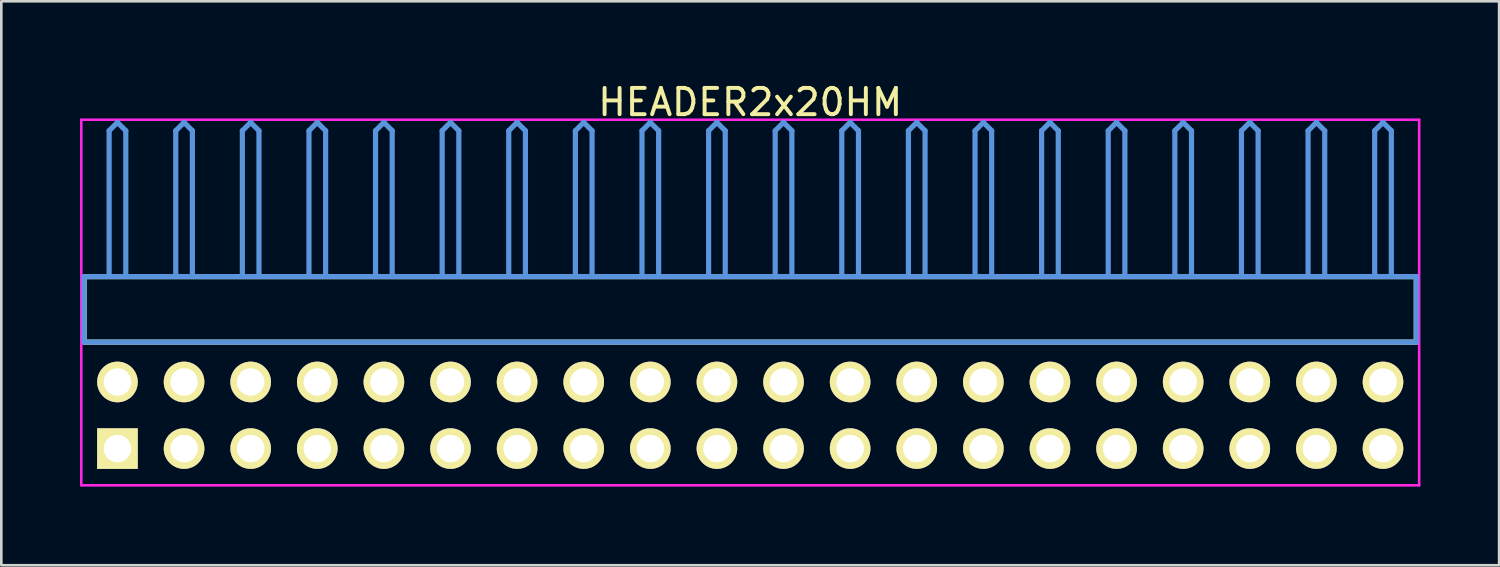
<source format=kicad_pcb>
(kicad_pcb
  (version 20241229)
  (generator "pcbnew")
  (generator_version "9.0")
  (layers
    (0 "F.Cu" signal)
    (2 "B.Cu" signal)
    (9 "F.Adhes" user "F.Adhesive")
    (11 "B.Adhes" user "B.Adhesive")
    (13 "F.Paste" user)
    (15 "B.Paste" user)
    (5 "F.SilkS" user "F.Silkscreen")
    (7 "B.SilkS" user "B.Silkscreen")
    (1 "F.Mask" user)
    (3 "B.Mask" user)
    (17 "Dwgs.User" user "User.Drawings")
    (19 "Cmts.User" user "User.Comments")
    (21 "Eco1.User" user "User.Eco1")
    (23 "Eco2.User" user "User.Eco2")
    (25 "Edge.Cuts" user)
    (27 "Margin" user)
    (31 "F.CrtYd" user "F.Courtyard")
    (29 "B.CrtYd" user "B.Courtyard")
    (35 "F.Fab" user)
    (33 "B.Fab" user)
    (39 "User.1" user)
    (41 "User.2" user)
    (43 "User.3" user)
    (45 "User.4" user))
  (footprint "HEADER2x20HM"
    (layer "F.Cu")
    (at 1.429 14.056)
    (property "Reference" "HEADER2x20HM" (at 24.13 -13.208 0) (layer "F.SilkS") (effects (font (size 1.001 1.001) (thickness 0.15))))
    (attr through_hole)
    (fp_line (start -1.27 -6.558) (end -1.27 -4.059) (stroke (width 0.198) (type solid)) (layer "F.SilkS"))
    (fp_line (start -1.27 -4.059) (end 49.53 -4.059) (stroke (width 0.198) (type solid)) (layer "F.SilkS"))
    (fp_line (start 49.53 -6.558) (end -1.27 -6.558) (stroke (width 0.198) (type solid)) (layer "F.SilkS"))
    (fp_line (start 49.53 -4.059) (end 49.53 -6.558) (stroke (width 0.198) (type solid)) (layer "F.SilkS"))
    (fp_line (start -1.27 -6.558) (end -1.27 -4.059) (stroke (width 0.198) (type solid)) (layer "Cmts.User"))
    (fp_line (start -1.27 -4.059) (end 49.53 -4.059) (stroke (width 0.198) (type solid)) (layer "Cmts.User"))
    (fp_line (start -0.318 -12.121) (end 0 -12.438) (stroke (width 0.198) (type solid)) (layer "Cmts.User"))
    (fp_line (start -0.318 -6.599) (end -0.318 -12.121) (stroke (width 0.198) (type solid)) (layer "Cmts.User"))
    (fp_line (start 0.318 -12.121) (end 0 -12.438) (stroke (width 0.198) (type solid)) (layer "Cmts.User"))
    (fp_line (start 0.318 -6.599) (end 0.318 -12.121) (stroke (width 0.198) (type solid)) (layer "Cmts.User"))
    (fp_line (start 2.223 -12.121) (end 2.54 -12.438) (stroke (width 0.198) (type solid)) (layer "Cmts.User"))
    (fp_line (start 2.223 -6.599) (end 2.223 -12.121) (stroke (width 0.198) (type solid)) (layer "Cmts.User"))
    (fp_line (start 2.857 -12.121) (end 2.54 -12.438) (stroke (width 0.198) (type solid)) (layer "Cmts.User"))
    (fp_line (start 2.857 -6.599) (end 2.857 -12.121) (stroke (width 0.198) (type solid)) (layer "Cmts.User"))
    (fp_line (start 4.763 -12.121) (end 5.08 -12.438) (stroke (width 0.198) (type solid)) (layer "Cmts.User"))
    (fp_line (start 4.763 -6.599) (end 4.763 -12.121) (stroke (width 0.198) (type solid)) (layer "Cmts.User"))
    (fp_line (start 5.397 -12.121) (end 5.08 -12.438) (stroke (width 0.198) (type solid)) (layer "Cmts.User"))
    (fp_line (start 5.397 -6.599) (end 5.397 -12.121) (stroke (width 0.198) (type solid)) (layer "Cmts.User"))
    (fp_line (start 7.303 -12.121) (end 7.62 -12.438) (stroke (width 0.198) (type solid)) (layer "Cmts.User"))
    (fp_line (start 7.303 -6.599) (end 7.303 -12.121) (stroke (width 0.198) (type solid)) (layer "Cmts.User"))
    (fp_line (start 7.938 -12.121) (end 7.62 -12.438) (stroke (width 0.198) (type solid)) (layer "Cmts.User"))
    (fp_line (start 7.938 -6.599) (end 7.938 -12.121) (stroke (width 0.198) (type solid)) (layer "Cmts.User"))
    (fp_line (start 9.842 -12.121) (end 10.16 -12.438) (stroke (width 0.198) (type solid)) (layer "Cmts.User"))
    (fp_line (start 9.842 -6.599) (end 9.842 -12.121) (stroke (width 0.198) (type solid)) (layer "Cmts.User"))
    (fp_line (start 10.477 -12.121) (end 10.16 -12.438) (stroke (width 0.198) (type solid)) (layer "Cmts.User"))
    (fp_line (start 10.477 -6.599) (end 10.477 -12.121) (stroke (width 0.198) (type solid)) (layer "Cmts.User"))
    (fp_line (start 12.383 -12.121) (end 12.7 -12.438) (stroke (width 0.198) (type solid)) (layer "Cmts.User"))
    (fp_line (start 12.383 -6.599) (end 12.383 -12.121) (stroke (width 0.198) (type solid)) (layer "Cmts.User"))
    (fp_line (start 13.018 -12.121) (end 12.7 -12.438) (stroke (width 0.198) (type solid)) (layer "Cmts.User"))
    (fp_line (start 13.018 -6.599) (end 13.018 -12.121) (stroke (width 0.198) (type solid)) (layer "Cmts.User"))
    (fp_line (start 14.922 -12.121) (end 15.24 -12.438) (stroke (width 0.198) (type solid)) (layer "Cmts.User"))
    (fp_line (start 14.922 -6.599) (end 14.922 -12.121) (stroke (width 0.198) (type solid)) (layer "Cmts.User"))
    (fp_line (start 15.557 -12.121) (end 15.24 -12.438) (stroke (width 0.198) (type solid)) (layer "Cmts.User"))
    (fp_line (start 15.557 -6.599) (end 15.557 -12.121) (stroke (width 0.198) (type solid)) (layer "Cmts.User"))
    (fp_line (start 17.462 -12.121) (end 17.78 -12.438) (stroke (width 0.198) (type solid)) (layer "Cmts.User"))
    (fp_line (start 17.462 -6.599) (end 17.462 -12.121) (stroke (width 0.198) (type solid)) (layer "Cmts.User"))
    (fp_line (start 18.098 -12.121) (end 17.78 -12.438) (stroke (width 0.198) (type solid)) (layer "Cmts.User"))
    (fp_line (start 18.098 -6.599) (end 18.098 -12.121) (stroke (width 0.198) (type solid)) (layer "Cmts.User"))
    (fp_line (start 20.003 -12.121) (end 20.32 -12.438) (stroke (width 0.198) (type solid)) (layer "Cmts.User"))
    (fp_line (start 20.003 -6.599) (end 20.003 -12.121) (stroke (width 0.198) (type solid)) (layer "Cmts.User"))
    (fp_line (start 20.637 -12.121) (end 20.32 -12.438) (stroke (width 0.198) (type solid)) (layer "Cmts.User"))
    (fp_line (start 20.637 -6.599) (end 20.637 -12.121) (stroke (width 0.198) (type solid)) (layer "Cmts.User"))
    (fp_line (start 22.543 -12.121) (end 22.86 -12.438) (stroke (width 0.198) (type solid)) (layer "Cmts.User"))
    (fp_line (start 22.543 -6.599) (end 22.543 -12.121) (stroke (width 0.198) (type solid)) (layer "Cmts.User"))
    (fp_line (start 23.177 -12.121) (end 22.86 -12.438) (stroke (width 0.198) (type solid)) (layer "Cmts.User"))
    (fp_line (start 23.177 -6.599) (end 23.177 -12.121) (stroke (width 0.198) (type solid)) (layer "Cmts.User"))
    (fp_line (start 25.082 -12.121) (end 25.4 -12.438) (stroke (width 0.198) (type solid)) (layer "Cmts.User"))
    (fp_line (start 25.082 -6.599) (end 25.082 -12.121) (stroke (width 0.198) (type solid)) (layer "Cmts.User"))
    (fp_line (start 25.718 -12.121) (end 25.4 -12.438) (stroke (width 0.198) (type solid)) (layer "Cmts.User"))
    (fp_line (start 25.718 -6.599) (end 25.718 -12.121) (stroke (width 0.198) (type solid)) (layer "Cmts.User"))
    (fp_line (start 27.622 -12.121) (end 27.94 -12.438) (stroke (width 0.198) (type solid)) (layer "Cmts.User"))
    (fp_line (start 27.622 -6.599) (end 27.622 -12.121) (stroke (width 0.198) (type solid)) (layer "Cmts.User"))
    (fp_line (start 28.258 -12.121) (end 27.94 -12.438) (stroke (width 0.198) (type solid)) (layer "Cmts.User"))
    (fp_line (start 28.258 -6.599) (end 28.258 -12.121) (stroke (width 0.198) (type solid)) (layer "Cmts.User"))
    (fp_line (start 30.163 -12.121) (end 30.48 -12.438) (stroke (width 0.198) (type solid)) (layer "Cmts.User"))
    (fp_line (start 30.163 -6.599) (end 30.163 -12.121) (stroke (width 0.198) (type solid)) (layer "Cmts.User"))
    (fp_line (start 30.797 -12.121) (end 30.48 -12.438) (stroke (width 0.198) (type solid)) (layer "Cmts.User"))
    (fp_line (start 30.797 -6.599) (end 30.797 -12.121) (stroke (width 0.198) (type solid)) (layer "Cmts.User"))
    (fp_line (start 32.703 -12.121) (end 33.02 -12.438) (stroke (width 0.198) (type solid)) (layer "Cmts.User"))
    (fp_line (start 32.703 -6.599) (end 32.703 -12.121) (stroke (width 0.198) (type solid)) (layer "Cmts.User"))
    (fp_line (start 33.337 -12.121) (end 33.02 -12.438) (stroke (width 0.198) (type solid)) (layer "Cmts.User"))
    (fp_line (start 33.337 -6.599) (end 33.337 -12.121) (stroke (width 0.198) (type solid)) (layer "Cmts.User"))
    (fp_line (start 35.242 -12.121) (end 35.56 -12.438) (stroke (width 0.198) (type solid)) (layer "Cmts.User"))
    (fp_line (start 35.242 -6.599) (end 35.242 -12.121) (stroke (width 0.198) (type solid)) (layer "Cmts.User"))
    (fp_line (start 35.877 -12.121) (end 35.56 -12.438) (stroke (width 0.198) (type solid)) (layer "Cmts.User"))
    (fp_line (start 35.877 -6.599) (end 35.877 -12.121) (stroke (width 0.198) (type solid)) (layer "Cmts.User"))
    (fp_line (start 37.782 -12.121) (end 38.1 -12.438) (stroke (width 0.198) (type solid)) (layer "Cmts.User"))
    (fp_line (start 37.782 -6.599) (end 37.782 -12.121) (stroke (width 0.198) (type solid)) (layer "Cmts.User"))
    (fp_line (start 38.417 -12.121) (end 38.1 -12.438) (stroke (width 0.198) (type solid)) (layer "Cmts.User"))
    (fp_line (start 38.417 -6.599) (end 38.417 -12.121) (stroke (width 0.198) (type solid)) (layer "Cmts.User"))
    (fp_line (start 40.322 -12.121) (end 40.64 -12.438) (stroke (width 0.198) (type solid)) (layer "Cmts.User"))
    (fp_line (start 40.322 -6.599) (end 40.322 -12.121) (stroke (width 0.198) (type solid)) (layer "Cmts.User"))
    (fp_line (start 40.958 -12.121) (end 40.64 -12.438) (stroke (width 0.198) (type solid)) (layer "Cmts.User"))
    (fp_line (start 40.958 -6.599) (end 40.958 -12.121) (stroke (width 0.198) (type solid)) (layer "Cmts.User"))
    (fp_line (start 42.862 -12.121) (end 43.18 -12.438) (stroke (width 0.198) (type solid)) (layer "Cmts.User"))
    (fp_line (start 42.862 -6.599) (end 42.862 -12.121) (stroke (width 0.198) (type solid)) (layer "Cmts.User"))
    (fp_line (start 43.498 -12.121) (end 43.18 -12.438) (stroke (width 0.198) (type solid)) (layer "Cmts.User"))
    (fp_line (start 43.498 -6.599) (end 43.498 -12.121) (stroke (width 0.198) (type solid)) (layer "Cmts.User"))
    (fp_line (start 45.403 -12.121) (end 45.72 -12.438) (stroke (width 0.198) (type solid)) (layer "Cmts.User"))
    (fp_line (start 45.403 -6.599) (end 45.403 -12.121) (stroke (width 0.198) (type solid)) (layer "Cmts.User"))
    (fp_line (start 46.038 -12.121) (end 45.72 -12.438) (stroke (width 0.198) (type solid)) (layer "Cmts.User"))
    (fp_line (start 46.038 -6.599) (end 46.038 -12.121) (stroke (width 0.198) (type solid)) (layer "Cmts.User"))
    (fp_line (start 47.943 -12.121) (end 48.26 -12.438) (stroke (width 0.198) (type solid)) (layer "Cmts.User"))
    (fp_line (start 47.943 -6.599) (end 47.943 -12.121) (stroke (width 0.198) (type solid)) (layer "Cmts.User"))
    (fp_line (start 48.578 -12.121) (end 48.26 -12.438) (stroke (width 0.198) (type solid)) (layer "Cmts.User"))
    (fp_line (start 48.578 -6.599) (end 48.578 -12.121) (stroke (width 0.198) (type solid)) (layer "Cmts.User"))
    (fp_line (start 49.53 -6.558) (end -1.27 -6.558) (stroke (width 0.198) (type solid)) (layer "Cmts.User"))
    (fp_line (start 49.53 -4.059) (end 49.53 -6.558) (stroke (width 0.198) (type solid)) (layer "Cmts.User"))
    (fp_line (start -1.379 -12.54) (end 49.639 -12.54) (stroke (width 0.099) (type solid)) (layer "F.CrtYd"))
    (fp_line (start -1.379 1.4) (end -1.379 -12.54) (stroke (width 0.099) (type solid)) (layer "F.CrtYd"))
    (fp_line (start 49.639 -12.54) (end 49.639 1.4) (stroke (width 0.099) (type solid)) (layer "F.CrtYd"))
    (fp_line (start 49.639 1.4) (end -1.379 1.4) (stroke (width 0.099) (type solid)) (layer "F.CrtYd"))
    (pad "1" thru_hole rect (at 0 0) (size 1.549 1.549) (drill 1.049) (layers "*.Cu" "*.Mask" "F.SilkS"))
    (pad "2" thru_hole circle (at 0 -2.54) (size 1.549 1.549) (drill 1.049) (layers "*.Cu" "*.Mask" "F.SilkS"))
    (pad "3" thru_hole circle (at 2.54 0) (size 1.549 1.549) (drill 1.049) (layers "*.Cu" "*.Mask" "F.SilkS"))
    (pad "4" thru_hole circle (at 2.54 -2.54) (size 1.549 1.549) (drill 1.049) (layers "*.Cu" "*.Mask" "F.SilkS"))
    (pad "5" thru_hole circle (at 5.08 0) (size 1.549 1.549) (drill 1.049) (layers "*.Cu" "*.Mask" "F.SilkS"))
    (pad "6" thru_hole circle (at 5.08 -2.54) (size 1.549 1.549) (drill 1.049) (layers "*.Cu" "*.Mask" "F.SilkS"))
    (pad "7" thru_hole circle (at 7.62 0) (size 1.549 1.549) (drill 1.049) (layers "*.Cu" "*.Mask" "F.SilkS"))
    (pad "8" thru_hole circle (at 7.62 -2.54) (size 1.549 1.549) (drill 1.049) (layers "*.Cu" "*.Mask" "F.SilkS"))
    (pad "9" thru_hole circle (at 10.16 0) (size 1.549 1.549) (drill 1.049) (layers "*.Cu" "*.Mask" "F.SilkS"))
    (pad "10" thru_hole circle (at 10.16 -2.54) (size 1.549 1.549) (drill 1.049) (layers "*.Cu" "*.Mask" "F.SilkS"))
    (pad "11" thru_hole circle (at 12.7 0) (size 1.549 1.549) (drill 1.049) (layers "*.Cu" "*.Mask" "F.SilkS"))
    (pad "12" thru_hole circle (at 12.7 -2.54) (size 1.549 1.549) (drill 1.049) (layers "*.Cu" "*.Mask" "F.SilkS"))
    (pad "13" thru_hole circle (at 15.24 0) (size 1.549 1.549) (drill 1.049) (layers "*.Cu" "*.Mask" "F.SilkS"))
    (pad "14" thru_hole circle (at 15.24 -2.54) (size 1.549 1.549) (drill 1.049) (layers "*.Cu" "*.Mask" "F.SilkS"))
    (pad "15" thru_hole circle (at 17.78 0) (size 1.549 1.549) (drill 1.049) (layers "*.Cu" "*.Mask" "F.SilkS"))
    (pad "16" thru_hole circle (at 17.78 -2.54) (size 1.549 1.549) (drill 1.049) (layers "*.Cu" "*.Mask" "F.SilkS"))
    (pad "17" thru_hole circle (at 20.32 0) (size 1.549 1.549) (drill 1.049) (layers "*.Cu" "*.Mask" "F.SilkS"))
    (pad "18" thru_hole circle (at 20.32 -2.54) (size 1.549 1.549) (drill 1.049) (layers "*.Cu" "*.Mask" "F.SilkS"))
    (pad "19" thru_hole circle (at 22.86 0) (size 1.549 1.549) (drill 1.049) (layers "*.Cu" "*.Mask" "F.SilkS"))
    (pad "20" thru_hole circle (at 22.86 -2.54) (size 1.549 1.549) (drill 1.049) (layers "*.Cu" "*.Mask" "F.SilkS"))
    (pad "21" thru_hole circle (at 25.4 0) (size 1.549 1.549) (drill 1.049) (layers "*.Cu" "*.Mask" "F.SilkS"))
    (pad "22" thru_hole circle (at 25.4 -2.54) (size 1.549 1.549) (drill 1.049) (layers "*.Cu" "*.Mask" "F.SilkS"))
    (pad "23" thru_hole circle (at 27.94 0) (size 1.549 1.549) (drill 1.049) (layers "*.Cu" "*.Mask" "F.SilkS"))
    (pad "24" thru_hole circle (at 27.94 -2.54) (size 1.549 1.549) (drill 1.049) (layers "*.Cu" "*.Mask" "F.SilkS"))
    (pad "25" thru_hole circle (at 30.48 0) (size 1.549 1.549) (drill 1.049) (layers "*.Cu" "*.Mask" "F.SilkS"))
    (pad "26" thru_hole circle (at 30.48 -2.54) (size 1.549 1.549) (drill 1.049) (layers "*.Cu" "*.Mask" "F.SilkS"))
    (pad "27" thru_hole circle (at 33.02 0) (size 1.549 1.549) (drill 1.049) (layers "*.Cu" "*.Mask" "F.SilkS"))
    (pad "28" thru_hole circle (at 33.02 -2.54) (size 1.549 1.549) (drill 1.049) (layers "*.Cu" "*.Mask" "F.SilkS"))
    (pad "29" thru_hole circle (at 35.56 0) (size 1.549 1.549) (drill 1.049) (layers "*.Cu" "*.Mask" "F.SilkS"))
    (pad "30" thru_hole circle (at 35.56 -2.54) (size 1.549 1.549) (drill 1.049) (layers "*.Cu" "*.Mask" "F.SilkS"))
    (pad "31" thru_hole circle (at 38.1 0) (size 1.549 1.549) (drill 1.049) (layers "*.Cu" "*.Mask" "F.SilkS"))
    (pad "32" thru_hole circle (at 38.1 -2.54) (size 1.549 1.549) (drill 1.049) (layers "*.Cu" "*.Mask" "F.SilkS"))
    (pad "33" thru_hole circle (at 40.64 0) (size 1.549 1.549) (drill 1.049) (layers "*.Cu" "*.Mask" "F.SilkS"))
    (pad "34" thru_hole circle (at 40.64 -2.54) (size 1.549 1.549) (drill 1.049) (layers "*.Cu" "*.Mask" "F.SilkS"))
    (pad "35" thru_hole circle (at 43.18 0) (size 1.549 1.549) (drill 1.049) (layers "*.Cu" "*.Mask" "F.SilkS"))
    (pad "36" thru_hole circle (at 43.18 -2.54) (size 1.549 1.549) (drill 1.049) (layers "*.Cu" "*.Mask" "F.SilkS"))
    (pad "37" thru_hole circle (at 45.72 0) (size 1.549 1.549) (drill 1.049) (layers "*.Cu" "*.Mask" "F.SilkS"))
    (pad "38" thru_hole circle (at 45.72 -2.54) (size 1.549 1.549) (drill 1.049) (layers "*.Cu" "*.Mask" "F.SilkS"))
    (pad "39" thru_hole circle (at 48.26 0) (size 1.549 1.549) (drill 1.049) (layers "*.Cu" "*.Mask" "F.SilkS"))
    (pad "40" thru_hole circle (at 48.26 -2.54) (size 1.549 1.549) (drill 1.049) (layers "*.Cu" "*.Mask" "F.SilkS")))
  (gr_rect
    (start -3 -3)
    (end 54.117 18.506)
    (stroke (width 0.1) (type default))
    (fill no)
    (layer "Edge.Cuts")))
</source>
